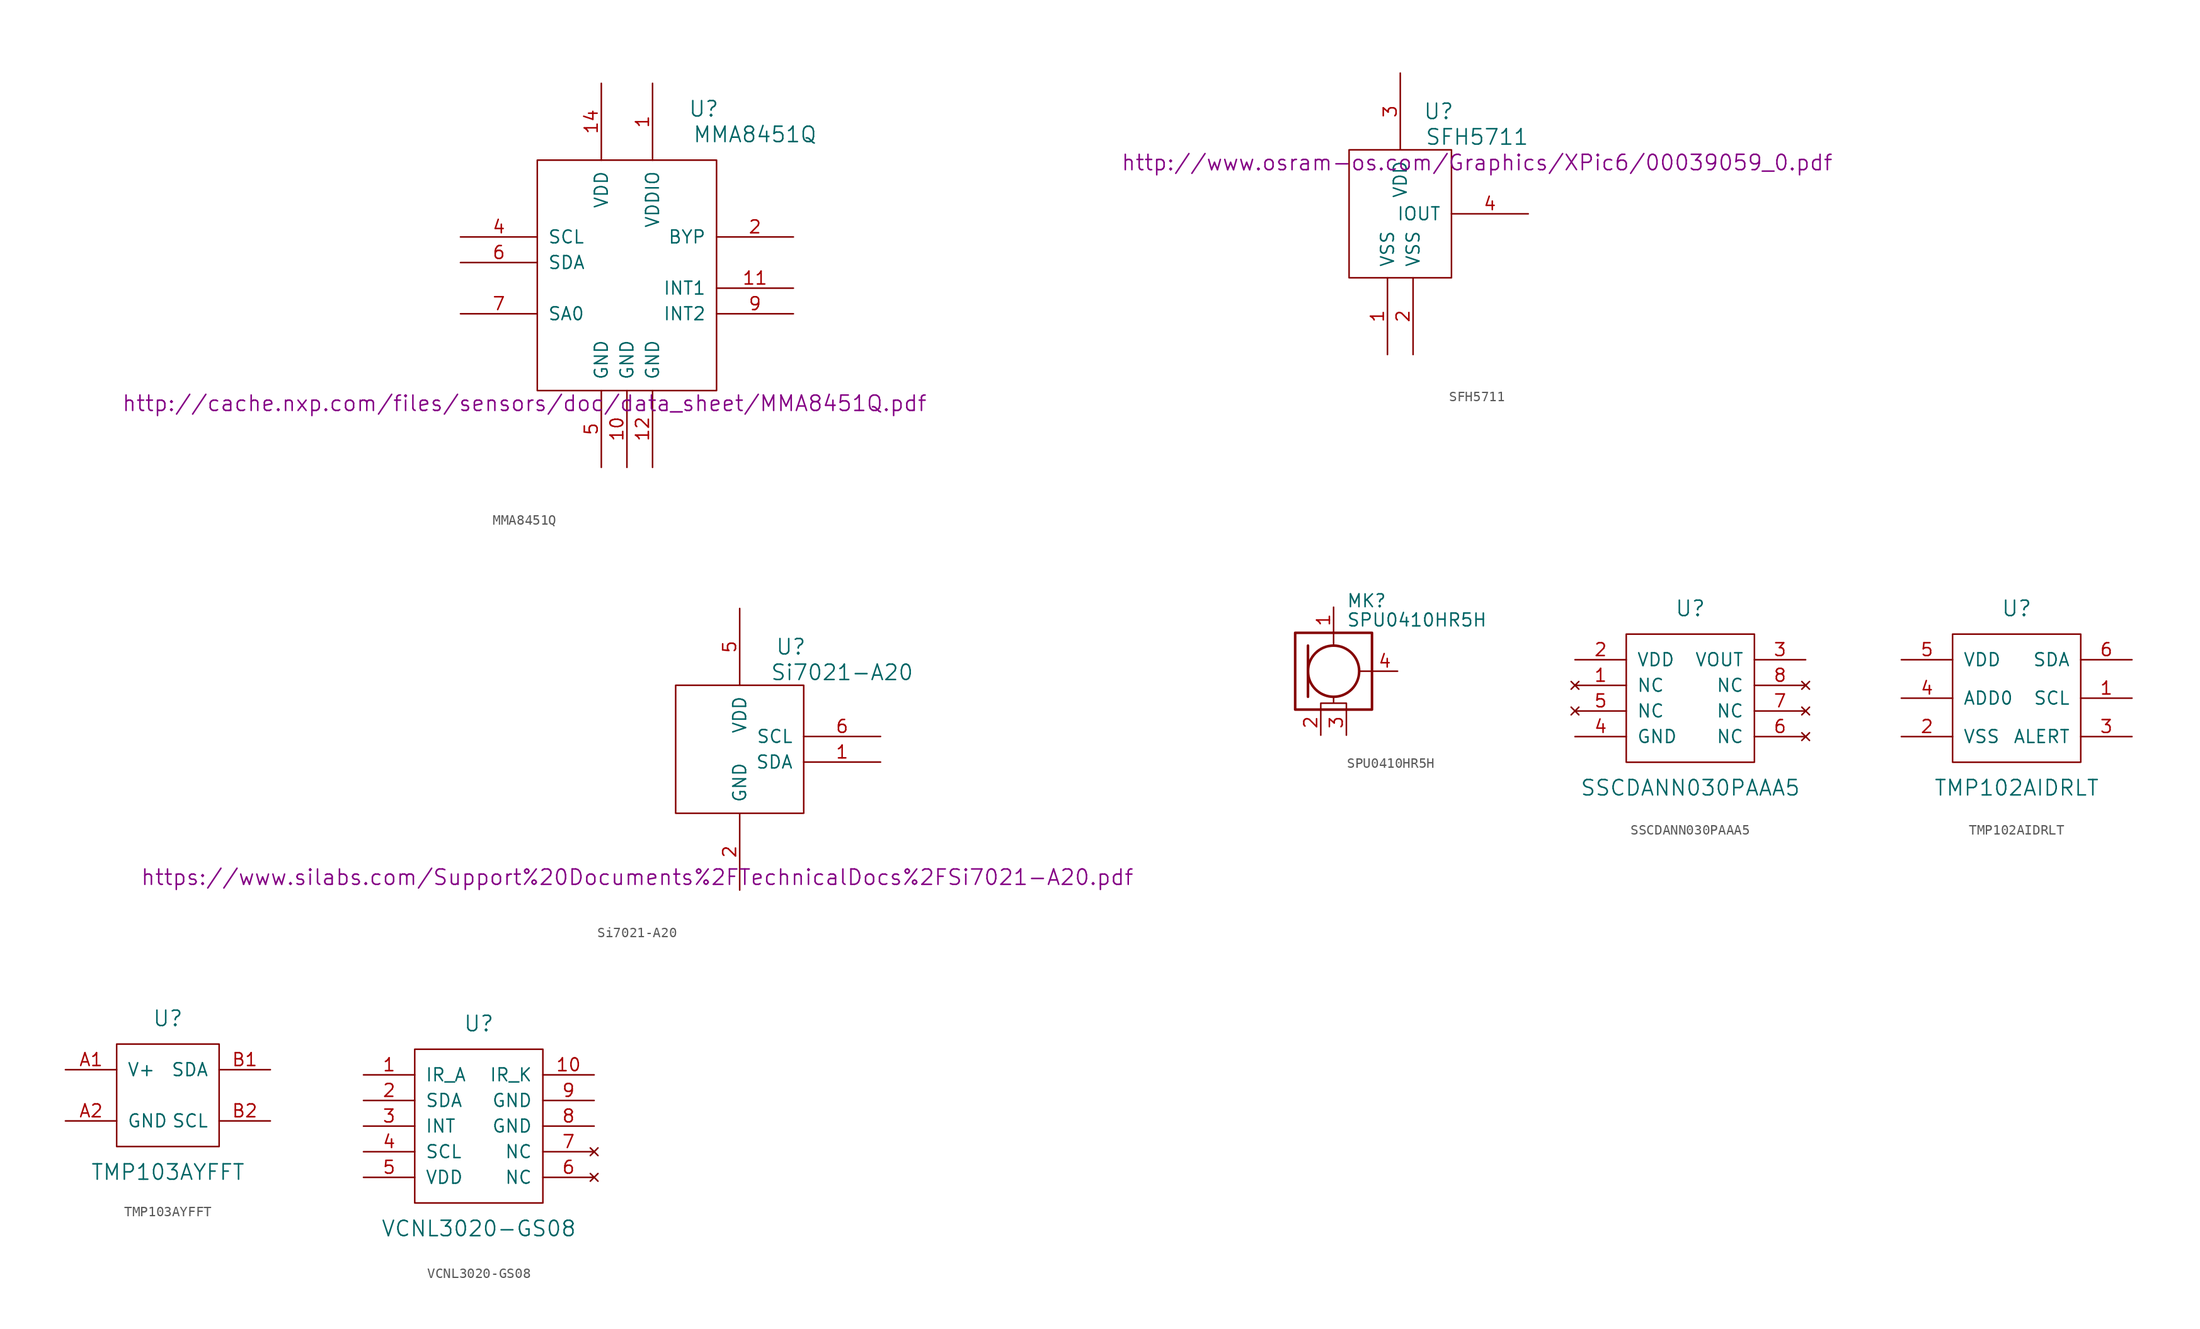
<source format=kicad_sym>
(kicad_symbol_lib
  (version 20201005)
  (generator kicad_symbol_editor)
  (symbol "MMA8451Q"
    (pin_names
      (offset 1.016))
    (property "Reference" "U"
      (at 7.62 16.51 0)
      (effects (font (size 1.524 1.524))))
    (property "Value" "MMA8451Q"
      (at 12.7 13.97 0)
      (effects (font (size 1.524 1.524))))
    (property "Datasheet" "http://cache.nxp.com/files/sensors/doc/data_sheet/MMA8451Q.pdf"
      (at -10.16 -12.7 0)
      (effects (font (size 1.524 1.524))))
    (symbol "MMA8451Q_0_1"
      (rectangle (start 8.89 11.43) (end -8.89 -11.43) (stroke (width 0)) (fill (type none))))
    (symbol "MMA8451Q_1_1"
      (pin power_in line (at 2.54 19.05 270) (length 7.62) (name "VDDIO" (effects (font (size 1.27 1.27)))) (number "1" (effects (font (size 1.27 1.27)))))
      (pin power_in line (at 0 -19.05 90) (length 7.62) (name "GND" (effects (font (size 1.27 1.27)))) (number "10" (effects (font (size 1.27 1.27)))))
      (pin output line (at 16.51 -1.27 180) (length 7.62) (name "INT1" (effects (font (size 1.27 1.27)))) (number "11" (effects (font (size 1.27 1.27)))))
      (pin power_in line (at 2.54 -19.05 90) (length 7.62) (name "GND" (effects (font (size 1.27 1.27)))) (number "12" (effects (font (size 1.27 1.27)))))
      (pin unconnected line (at 6.35 11.43 270) (length 0) hide (name "NC" (effects (font (size 1.27 1.27)))) (number "13" (effects (font (size 1.27 1.27)))))
      (pin power_in line (at -2.54 19.05 270) (length 7.62) (name "VDD" (effects (font (size 1.27 1.27)))) (number "14" (effects (font (size 1.27 1.27)))))
      (pin unconnected line (at -8.89 -11.43 90) (length 0) hide (name "NC" (effects (font (size 1.27 1.27)))) (number "15" (effects (font (size 1.27 1.27)))))
      (pin unconnected line (at -6.35 -11.43 90) (length 0) hide (name "NC" (effects (font (size 1.27 1.27)))) (number "16" (effects (font (size 1.27 1.27)))))
      (pin power_out line (at 16.51 3.81 180) (length 7.62) (name "BYP" (effects (font (size 1.27 1.27)))) (number "2" (effects (font (size 1.27 1.27)))))
      (pin unconnected line (at 8.89 -11.43 90) (length 0) hide (name "NC" (effects (font (size 1.27 1.27)))) (number "3" (effects (font (size 1.27 1.27)))))
      (pin input line (at -16.51 3.81 0) (length 7.62) (name "SCL" (effects (font (size 1.27 1.27)))) (number "4" (effects (font (size 1.27 1.27)))))
      (pin power_in line (at -2.54 -19.05 90) (length 7.62) (name "GND" (effects (font (size 1.27 1.27)))) (number "5" (effects (font (size 1.27 1.27)))))
      (pin input line (at -16.51 1.27 0) (length 7.62) (name "SDA" (effects (font (size 1.27 1.27)))) (number "6" (effects (font (size 1.27 1.27)))))
      (pin output line (at -16.51 -3.81 0) (length 7.62) (name "SA0" (effects (font (size 1.27 1.27)))) (number "7" (effects (font (size 1.27 1.27)))))
      (pin unconnected line (at 6.35 -11.43 90) (length 0) hide (name "NC" (effects (font (size 1.27 1.27)))) (number "8" (effects (font (size 1.27 1.27)))))
      (pin output line (at 16.51 -3.81 180) (length 7.62) (name "INT2" (effects (font (size 1.27 1.27)))) (number "9" (effects (font (size 1.27 1.27)))))))
  (symbol "SFH5711"
    (pin_names
      (offset 1.016))
    (property "Reference" "U"
      (at 3.81 10.16 0)
      (effects (font (size 1.524 1.524))))
    (property "Value" "SFH5711"
      (at 7.62 7.62 0)
      (effects (font (size 1.524 1.524))))
    (property "Footprint" ""
      (at 2.54 0 0)
      (effects (font (size 1.524 1.524))))
    (property "Datasheet" "http://www.osram-os.com/Graphics/XPic6/00039059_0.pdf"
      (at 7.62 5.08 0)
      (effects (font (size 1.524 1.524))))
    (symbol "SFH5711_0_1"
      (rectangle (start -5.08 6.35) (end 5.08 -6.35) (stroke (width 0)) (fill (type none)))
      (pin power_in line (at -1.27 -13.97 90) (length 7.62) (name "VSS" (effects (font (size 1.27 1.27)))) (number "1" (effects (font (size 1.27 1.27)))))
      (pin power_in line (at 1.27 -13.97 90) (length 7.62) (name "VSS" (effects (font (size 1.27 1.27)))) (number "2" (effects (font (size 1.27 1.27)))))
      (pin power_in line (at 0 13.97 270) (length 7.62) (name "VDD" (effects (font (size 1.27 1.27)))) (number "3" (effects (font (size 1.27 1.27)))))
      (pin output line (at 12.7 0 180) (length 7.62) (name "IOUT" (effects (font (size 1.27 1.27)))) (number "4" (effects (font (size 1.27 1.27)))))))
  (symbol "Si7021-A20"
    (pin_names
      (offset 1.016))
    (property "Reference" "U"
      (at 5.08 10.16 0)
      (effects (font (size 1.524 1.524))))
    (property "Value" "Si7021-A20"
      (at 10.16 7.62 0)
      (effects (font (size 1.524 1.524))))
    (property "Datasheet" "https://www.silabs.com/Support%20Documents%2FTechnicalDocs%2FSi7021-A20.pdf"
      (at -10.16 -12.7 0)
      (effects (font (size 1.524 1.524))))
    (symbol "Si7021-A20_0_1"
      (rectangle (start 6.35 6.35) (end -6.35 -6.35) (stroke (width 0)) (fill (type none))))
    (symbol "Si7021-A20_1_1"
      (pin input line (at 13.97 -1.27 180) (length 7.62) (name "SDA" (effects (font (size 1.27 1.27)))) (number "1" (effects (font (size 1.27 1.27)))))
      (pin power_in line (at 0 -13.97 90) (length 7.62) (name "GND" (effects (font (size 1.27 1.27)))) (number "2" (effects (font (size 1.27 1.27)))))
      (pin unconnected line (at -6.35 1.27 0) (length 0) hide (name "NC" (effects (font (size 1.27 1.27)))) (number "3" (effects (font (size 1.27 1.27)))))
      (pin unconnected line (at -6.35 -2.54 0) (length 0) hide (name "NC" (effects (font (size 1.27 1.27)))) (number "4" (effects (font (size 1.27 1.27)))))
      (pin power_in line (at 0 13.97 270) (length 7.62) (name "VDD" (effects (font (size 1.27 1.27)))) (number "5" (effects (font (size 1.27 1.27)))))
      (pin input line (at 13.97 1.27 180) (length 7.62) (name "SCL" (effects (font (size 1.27 1.27)))) (number "6" (effects (font (size 1.27 1.27)))))))
  (symbol "SPU0410HR5H"
    (pin_names
      (offset 0.025) hide)
    (property "Reference" "MK"
      (at 1.27 6.985 0)
      (effects (font (size 1.27 1.27)) (justify left)))
    (property "Value" "SPU0410HR5H"
      (at 1.27 5.08 0)
      (effects (font (size 1.27 1.27)) (justify left)))
    (symbol "SPU0410HR5H_0_1"
      (circle (center 0 0) (radius 2.54) (stroke (width 0.254)) (fill (type none)))
      (rectangle (start -3.81 3.81) (end 3.81 -3.81) (stroke (width 0.254)) (fill (type none)))
      (polyline (pts (xy -2.54 2.54) (xy -2.54 -2.54)) (stroke (width 0.254)) (fill (type none)))
      (polyline (pts (xy 0 3.81) (xy 0 2.54)) (stroke (width 0)) (fill (type none)))
      (polyline (pts (xy 2.54 0) (xy 3.81 0)) (stroke (width 0)) (fill (type none)))
      (polyline (pts (xy -1.27 -3.81) (xy -1.27 -3.175) (xy 0 -3.175) (xy 0 -2.54) (xy 0 -3.175) (xy 1.27 -3.175) (xy 1.27 -3.81)) (stroke (width 0)) (fill (type none))))
    (symbol "SPU0410HR5H_1_1"
      (pin power_in line (at 0 6.35 270) (length 2.54) (name "-" (effects (font (size 1.27 1.27)))) (number "1" (effects (font (size 1.27 1.27)))))
      (pin passive line (at -1.27 -6.35 90) (length 2.54) (name "+" (effects (font (size 1.27 1.27)))) (number "2" (effects (font (size 1.27 1.27)))))
      (pin power_in line (at 1.27 -6.35 90) (length 2.54) (name "~" (effects (font (size 1.27 1.27)))) (number "3" (effects (font (size 1.27 1.27)))))
      (pin output line (at 6.35 0 180) (length 2.54) (name "~" (effects (font (size 1.27 1.27)))) (number "4" (effects (font (size 1.27 1.27)))))))
  (symbol "SSCDANN030PAAA5"
    (pin_names
      (offset 1.016))
    (property "Reference" "U"
      (at 0 8.89 0)
      (effects (font (size 1.524 1.524))))
    (property "Value" "SSCDANN030PAAA5"
      (at 0 -8.89 0)
      (effects (font (size 1.524 1.524))))
    (symbol "SSCDANN030PAAA5_0_1"
      (rectangle (start 6.35 6.35) (end -6.35 -6.35) (stroke (width 0)) (fill (type none))))
    (symbol "SSCDANN030PAAA5_1_1"
      (pin unconnected line (at -11.43 1.27 0) (length 5.08) (name "NC" (effects (font (size 1.27 1.27)))) (number "1" (effects (font (size 1.27 1.27)))))
      (pin output line (at -11.43 3.81 0) (length 5.08) (name "VDD" (effects (font (size 1.27 1.27)))) (number "2" (effects (font (size 1.27 1.27)))))
      (pin output line (at 11.43 3.81 180) (length 5.08) (name "VOUT" (effects (font (size 1.27 1.27)))) (number "3" (effects (font (size 1.27 1.27)))))
      (pin power_in line (at -11.43 -3.81 0) (length 5.08) (name "GND" (effects (font (size 1.27 1.27)))) (number "4" (effects (font (size 1.27 1.27)))))
      (pin unconnected line (at -11.43 -1.27 0) (length 5.08) (name "NC" (effects (font (size 1.27 1.27)))) (number "5" (effects (font (size 1.27 1.27)))))
      (pin unconnected line (at 11.43 -3.81 180) (length 5.08) (name "NC" (effects (font (size 1.27 1.27)))) (number "6" (effects (font (size 1.27 1.27)))))
      (pin unconnected line (at 11.43 -1.27 180) (length 5.08) (name "NC" (effects (font (size 1.27 1.27)))) (number "7" (effects (font (size 1.27 1.27)))))
      (pin unconnected line (at 11.43 1.27 180) (length 5.08) (name "NC" (effects (font (size 1.27 1.27)))) (number "8" (effects (font (size 1.27 1.27)))))))
  (symbol "TMP102AIDRLT"
    (pin_names
      (offset 1.016))
    (property "Reference" "U"
      (at 0 8.89 0)
      (effects (font (size 1.524 1.524))))
    (property "Value" "TMP102AIDRLT"
      (at 0 -8.89 0)
      (effects (font (size 1.524 1.524))))
    (symbol "TMP102AIDRLT_0_1"
      (rectangle (start -6.35 6.35) (end 6.35 -6.35) (stroke (width 0)) (fill (type none)))
      (pin input line (at 11.43 0 180) (length 5.08) (name "SCL" (effects (font (size 1.27 1.27)))) (number "1" (effects (font (size 1.27 1.27)))))
      (pin power_in line (at -11.43 -3.81 0) (length 5.08) (name "VSS" (effects (font (size 1.27 1.27)))) (number "2" (effects (font (size 1.27 1.27)))))
      (pin output line (at 11.43 -3.81 180) (length 5.08) (name "ALERT" (effects (font (size 1.27 1.27)))) (number "3" (effects (font (size 1.27 1.27)))))
      (pin input line (at -11.43 0 0) (length 5.08) (name "ADD0" (effects (font (size 1.27 1.27)))) (number "4" (effects (font (size 1.27 1.27)))))
      (pin power_in line (at -11.43 3.81 0) (length 5.08) (name "VDD" (effects (font (size 1.27 1.27)))) (number "5" (effects (font (size 1.27 1.27)))))
      (pin bidirectional line (at 11.43 3.81 180) (length 5.08) (name "SDA" (effects (font (size 1.27 1.27)))) (number "6" (effects (font (size 1.27 1.27)))))))
  (symbol "TMP103AYFFT"
    (pin_names
      (offset 1.016))
    (property "Reference" "U"
      (at 0 7.62 0)
      (effects (font (size 1.524 1.524))))
    (property "Value" "TMP103AYFFT"
      (at 0 -7.62 0)
      (effects (font (size 1.524 1.524))))
    (symbol "TMP103AYFFT_0_1"
      (rectangle (start -5.08 5.08) (end 5.08 -5.08) (stroke (width 0)) (fill (type none)))
      (pin power_in line (at -10.16 2.54 0) (length 5.08) (name "V+" (effects (font (size 1.27 1.27)))) (number "A1" (effects (font (size 1.27 1.27)))))
      (pin power_in line (at -10.16 -2.54 0) (length 5.08) (name "GND" (effects (font (size 1.27 1.27)))) (number "A2" (effects (font (size 1.27 1.27)))))
      (pin bidirectional line (at 10.16 2.54 180) (length 5.08) (name "SDA" (effects (font (size 1.27 1.27)))) (number "B1" (effects (font (size 1.27 1.27)))))
      (pin input line (at 10.16 -2.54 180) (length 5.08) (name "SCL" (effects (font (size 1.27 1.27)))) (number "B2" (effects (font (size 1.27 1.27)))))))
  (symbol "VCNL3020-GS08"
    (pin_names
      (offset 1.016))
    (property "Reference" "U"
      (at 0 10.16 0)
      (effects (font (size 1.524 1.524))))
    (property "Value" "VCNL3020-GS08"
      (at 0 -10.16 0)
      (effects (font (size 1.524 1.524))))
    (symbol "VCNL3020-GS08_0_1"
      (rectangle (start -6.35 7.62) (end 6.35 -7.62) (stroke (width 0)) (fill (type none)))
      (pin input line (at -11.43 5.08 0) (length 5.08) (name "IR_A" (effects (font (size 1.27 1.27)))) (number "1" (effects (font (size 1.27 1.27)))))
      (pin output line (at 11.43 5.08 180) (length 5.08) (name "IR_K" (effects (font (size 1.27 1.27)))) (number "10" (effects (font (size 1.27 1.27)))))
      (pin bidirectional line (at -11.43 2.54 0) (length 5.08) (name "SDA" (effects (font (size 1.27 1.27)))) (number "2" (effects (font (size 1.27 1.27)))))
      (pin output line (at -11.43 0 0) (length 5.08) (name "INT" (effects (font (size 1.27 1.27)))) (number "3" (effects (font (size 1.27 1.27)))))
      (pin input line (at -11.43 -2.54 0) (length 5.08) (name "SCL" (effects (font (size 1.27 1.27)))) (number "4" (effects (font (size 1.27 1.27)))))
      (pin power_in line (at -11.43 -5.08 0) (length 5.08) (name "VDD" (effects (font (size 1.27 1.27)))) (number "5" (effects (font (size 1.27 1.27)))))
      (pin unconnected line (at 11.43 -5.08 180) (length 5.08) (name "NC" (effects (font (size 1.27 1.27)))) (number "6" (effects (font (size 1.27 1.27)))))
      (pin unconnected line (at 11.43 -2.54 180) (length 5.08) (name "NC" (effects (font (size 1.27 1.27)))) (number "7" (effects (font (size 1.27 1.27)))))
      (pin power_in line (at 11.43 0 180) (length 5.08) (name "GND" (effects (font (size 1.27 1.27)))) (number "8" (effects (font (size 1.27 1.27)))))
      (pin power_in line (at 11.43 2.54 180) (length 5.08) (name "GND" (effects (font (size 1.27 1.27)))) (number "9" (effects (font (size 1.27 1.27))))))))
</source>
